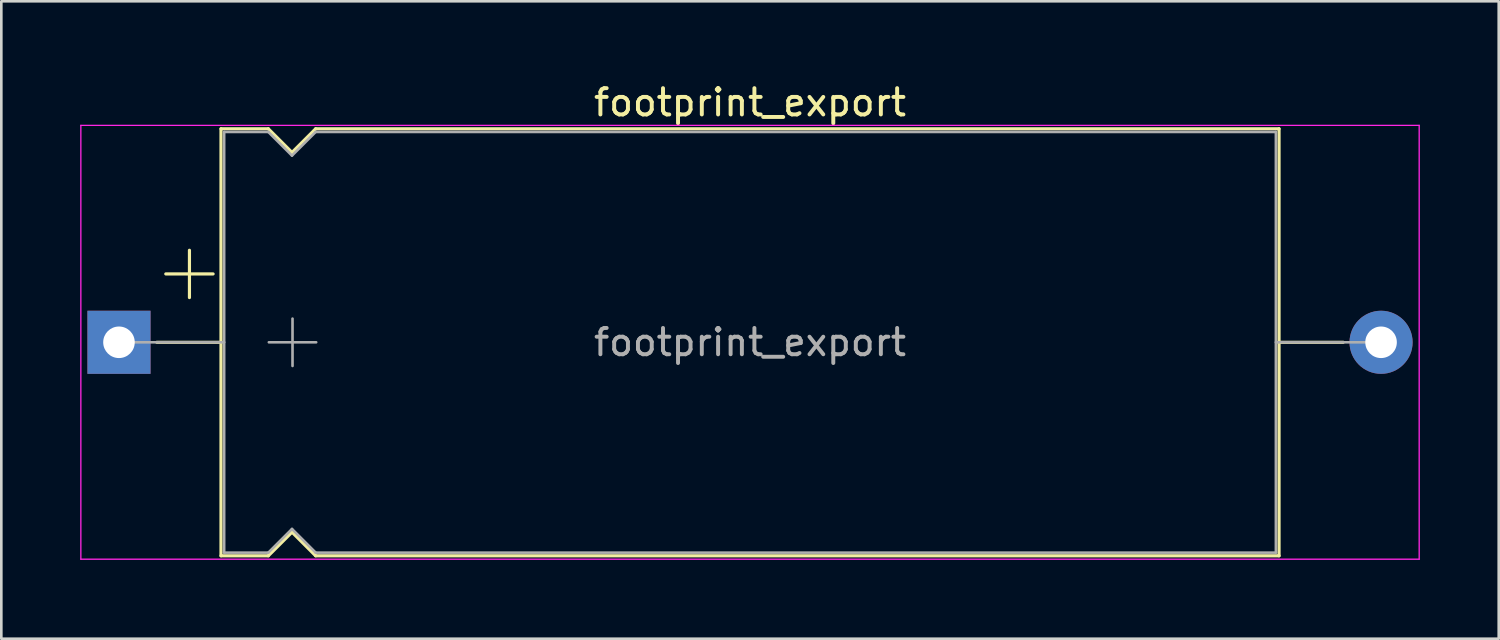
<source format=kicad_pcb>
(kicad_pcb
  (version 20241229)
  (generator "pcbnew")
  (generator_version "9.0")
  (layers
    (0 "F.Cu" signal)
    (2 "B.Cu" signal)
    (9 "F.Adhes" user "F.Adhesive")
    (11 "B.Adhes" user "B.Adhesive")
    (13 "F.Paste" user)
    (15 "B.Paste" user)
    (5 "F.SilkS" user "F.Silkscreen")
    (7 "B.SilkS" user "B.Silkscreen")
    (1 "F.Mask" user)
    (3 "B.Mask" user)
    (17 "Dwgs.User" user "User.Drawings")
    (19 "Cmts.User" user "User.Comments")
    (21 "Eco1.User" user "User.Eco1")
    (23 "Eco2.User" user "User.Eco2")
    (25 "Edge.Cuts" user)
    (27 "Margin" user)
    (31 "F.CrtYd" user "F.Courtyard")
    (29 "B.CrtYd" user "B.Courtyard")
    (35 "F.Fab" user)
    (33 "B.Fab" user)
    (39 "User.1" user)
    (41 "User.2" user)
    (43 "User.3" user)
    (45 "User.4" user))
  (footprint "footprint_export"
    (layer "F.Cu")
    (at 1.475 9.968)
    (property "Reference" "footprint_export" (at 24 -9.12 0) (layer "F.SilkS") (effects (font (size 1 1) (thickness 0.15))))
    (attr through_hole)
    (fp_line (start 1.44 0) (end 3.88 0) (stroke (width 0.12) (type solid)) (layer "F.SilkS"))
    (fp_line (start 1.78 -2.6) (end 3.58 -2.6) (stroke (width 0.12) (type solid)) (layer "F.SilkS"))
    (fp_line (start 2.68 -3.5) (end 2.68 -1.7) (stroke (width 0.12) (type solid)) (layer "F.SilkS"))
    (fp_line (start 3.88 -8.12) (end 3.88 8.12) (stroke (width 0.12) (type solid)) (layer "F.SilkS"))
    (fp_line (start 3.88 -8.12) (end 5.68 -8.12) (stroke (width 0.12) (type solid)) (layer "F.SilkS"))
    (fp_line (start 3.88 8.12) (end 5.68 8.12) (stroke (width 0.12) (type solid)) (layer "F.SilkS"))
    (fp_line (start 5.68 -8.12) (end 6.58 -7.22) (stroke (width 0.12) (type solid)) (layer "F.SilkS"))
    (fp_line (start 5.68 8.12) (end 6.58 7.22) (stroke (width 0.12) (type solid)) (layer "F.SilkS"))
    (fp_line (start 6.58 -7.22) (end 7.48 -8.12) (stroke (width 0.12) (type solid)) (layer "F.SilkS"))
    (fp_line (start 6.58 7.22) (end 7.48 8.12) (stroke (width 0.12) (type solid)) (layer "F.SilkS"))
    (fp_line (start 7.48 -8.12) (end 44.12 -8.12) (stroke (width 0.12) (type solid)) (layer "F.SilkS"))
    (fp_line (start 7.48 8.12) (end 44.12 8.12) (stroke (width 0.12) (type solid)) (layer "F.SilkS"))
    (fp_line (start 44.12 -8.12) (end 44.12 8.12) (stroke (width 0.12) (type solid)) (layer "F.SilkS"))
    (fp_line (start 46.56 0) (end 44.12 0) (stroke (width 0.12) (type solid)) (layer "F.SilkS"))
    (fp_line (start -1.45 -8.25) (end -1.45 8.25) (stroke (width 0.05) (type solid)) (layer "F.CrtYd"))
    (fp_line (start -1.45 8.25) (end 49.45 8.25) (stroke (width 0.05) (type solid)) (layer "F.CrtYd"))
    (fp_line (start 49.45 -8.25) (end -1.45 -8.25) (stroke (width 0.05) (type solid)) (layer "F.CrtYd"))
    (fp_line (start 49.45 8.25) (end 49.45 -8.25) (stroke (width 0.05) (type solid)) (layer "F.CrtYd"))
    (fp_line (start 0 0) (end 4 0) (stroke (width 0.1) (type solid)) (layer "F.Fab"))
    (fp_line (start 4 -8) (end 4 8) (stroke (width 0.1) (type solid)) (layer "F.Fab"))
    (fp_line (start 4 -8) (end 5.68 -8) (stroke (width 0.1) (type solid)) (layer "F.Fab"))
    (fp_line (start 4 8) (end 5.68 8) (stroke (width 0.1) (type solid)) (layer "F.Fab"))
    (fp_line (start 5.68 -8) (end 6.58 -7.1) (stroke (width 0.1) (type solid)) (layer "F.Fab"))
    (fp_line (start 5.68 8) (end 6.58 7.1) (stroke (width 0.1) (type solid)) (layer "F.Fab"))
    (fp_line (start 5.7 0) (end 7.5 0) (stroke (width 0.1) (type solid)) (layer "F.Fab"))
    (fp_line (start 6.58 -7.1) (end 7.48 -8) (stroke (width 0.1) (type solid)) (layer "F.Fab"))
    (fp_line (start 6.58 7.1) (end 7.48 8) (stroke (width 0.1) (type solid)) (layer "F.Fab"))
    (fp_line (start 6.6 -0.9) (end 6.6 0.9) (stroke (width 0.1) (type solid)) (layer "F.Fab"))
    (fp_line (start 7.48 -8) (end 44 -8) (stroke (width 0.1) (type solid)) (layer "F.Fab"))
    (fp_line (start 7.48 8) (end 44 8) (stroke (width 0.1) (type solid)) (layer "F.Fab"))
    (fp_line (start 44 -8) (end 44 8) (stroke (width 0.1) (type solid)) (layer "F.Fab"))
    (fp_line (start 48 0) (end 44 0) (stroke (width 0.1) (type solid)) (layer "F.Fab"))
    (fp_text user "${REFERENCE}" (at 24 0 0) (layer "F.Fab") (effects (font (size 1 1) (thickness 0.15))))
    (pad "1" thru_hole rect (at 0 0) (size 2.4 2.4) (drill 1.2) (layers "*.Cu" "*.Mask"))
    (pad "2" thru_hole oval (at 48 0) (size 2.4 2.4) (drill 1.2) (layers "*.Cu" "*.Mask")))
  (gr_rect
    (start -3 -3)
    (end 53.95 21.243)
    (stroke (width 0.1) (type default))
    (fill no)
    (layer "Edge.Cuts")))
</source>
